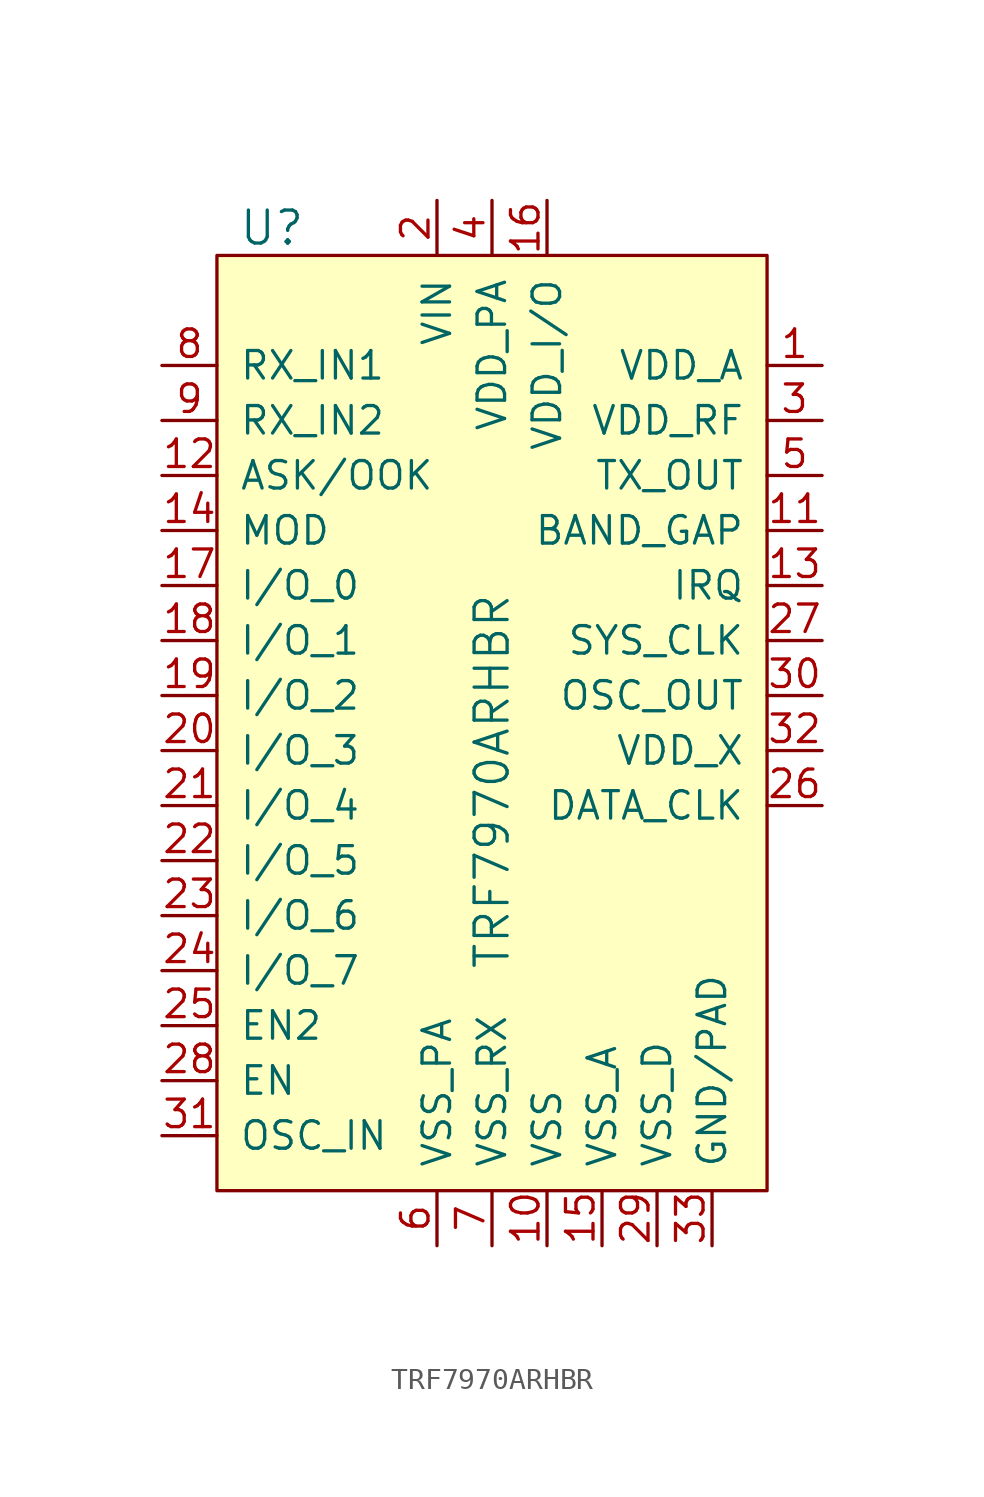
<source format=kicad_sym>
(kicad_symbol_lib
  (version 20231120)
  (generator "kicad_symbol_editor")
  (generator_version "8.0")
  (symbol "TRF7970ARHBR"
    (pin_names
      (offset 1.016))
    (property "Reference" "U"
      (at -10.16 19.05 0)
      (effects (font (size 1.524 1.524))))
    (property "Value" "TRF7970ARHBR"
      (at 0 -15.24 90)
      (effects (font (size 1.524 1.524)) (justify left)))
    (symbol "TRF7970ARHBR_0_1"
      (rectangle (start -12.7 17.78) (end 12.7 -25.4) (stroke (width 0) (type default)) (fill (type background))))
    (symbol "TRF7970ARHBR_1_1"
      (pin power_out line (at 15.24 12.7 180) (length 2.54) (name "VDD_A" (effects (font (size 1.27 1.27)))) (number "1" (effects (font (size 1.27 1.27)))))
      (pin power_in line (at 2.54 -27.94 90) (length 2.54) (name "VSS" (effects (font (size 1.27 1.27)))) (number "10" (effects (font (size 1.27 1.27)))))
      (pin output line (at 15.24 5.08 180) (length 2.54) (name "BAND_GAP" (effects (font (size 1.27 1.27)))) (number "11" (effects (font (size 1.27 1.27)))))
      (pin bidirectional line (at -15.24 7.62 0) (length 2.54) (name "ASK/OOK" (effects (font (size 1.27 1.27)))) (number "12" (effects (font (size 1.27 1.27)))))
      (pin output line (at 15.24 2.54 180) (length 2.54) (name "IRQ" (effects (font (size 1.27 1.27)))) (number "13" (effects (font (size 1.27 1.27)))))
      (pin bidirectional line (at -15.24 5.08 0) (length 2.54) (name "MOD" (effects (font (size 1.27 1.27)))) (number "14" (effects (font (size 1.27 1.27)))))
      (pin power_in line (at 5.08 -27.94 90) (length 2.54) (name "VSS_A" (effects (font (size 1.27 1.27)))) (number "15" (effects (font (size 1.27 1.27)))))
      (pin power_in line (at 2.54 20.32 270) (length 2.54) (name "VDD_I/O" (effects (font (size 1.27 1.27)))) (number "16" (effects (font (size 1.27 1.27)))))
      (pin bidirectional line (at -15.24 2.54 0) (length 2.54) (name "I/O_0" (effects (font (size 1.27 1.27)))) (number "17" (effects (font (size 1.27 1.27)))))
      (pin bidirectional line (at -15.24 0 0) (length 2.54) (name "I/O_1" (effects (font (size 1.27 1.27)))) (number "18" (effects (font (size 1.27 1.27)))))
      (pin bidirectional line (at -15.24 -2.54 0) (length 2.54) (name "I/O_2" (effects (font (size 1.27 1.27)))) (number "19" (effects (font (size 1.27 1.27)))))
      (pin power_in line (at -2.54 20.32 270) (length 2.54) (name "VIN" (effects (font (size 1.27 1.27)))) (number "2" (effects (font (size 1.27 1.27)))))
      (pin bidirectional line (at -15.24 -5.08 0) (length 2.54) (name "I/O_3" (effects (font (size 1.27 1.27)))) (number "20" (effects (font (size 1.27 1.27)))))
      (pin bidirectional line (at -15.24 -7.62 0) (length 2.54) (name "I/O_4" (effects (font (size 1.27 1.27)))) (number "21" (effects (font (size 1.27 1.27)))))
      (pin bidirectional line (at -15.24 -10.16 0) (length 2.54) (name "I/O_5" (effects (font (size 1.27 1.27)))) (number "22" (effects (font (size 1.27 1.27)))))
      (pin bidirectional line (at -15.24 -12.7 0) (length 2.54) (name "I/O_6" (effects (font (size 1.27 1.27)))) (number "23" (effects (font (size 1.27 1.27)))))
      (pin bidirectional line (at -15.24 -15.24 0) (length 2.54) (name "I/O_7" (effects (font (size 1.27 1.27)))) (number "24" (effects (font (size 1.27 1.27)))))
      (pin input line (at -15.24 -17.78 0) (length 2.54) (name "EN2" (effects (font (size 1.27 1.27)))) (number "25" (effects (font (size 1.27 1.27)))))
      (pin output line (at 15.24 -7.62 180) (length 2.54) (name "DATA_CLK" (effects (font (size 1.27 1.27)))) (number "26" (effects (font (size 1.27 1.27)))))
      (pin output line (at 15.24 0 180) (length 2.54) (name "SYS_CLK" (effects (font (size 1.27 1.27)))) (number "27" (effects (font (size 1.27 1.27)))))
      (pin input line (at -15.24 -20.32 0) (length 2.54) (name "EN" (effects (font (size 1.27 1.27)))) (number "28" (effects (font (size 1.27 1.27)))))
      (pin power_in line (at 7.62 -27.94 90) (length 2.54) (name "VSS_D" (effects (font (size 1.27 1.27)))) (number "29" (effects (font (size 1.27 1.27)))))
      (pin power_out line (at 15.24 10.16 180) (length 2.54) (name "VDD_RF" (effects (font (size 1.27 1.27)))) (number "3" (effects (font (size 1.27 1.27)))))
      (pin output line (at 15.24 -2.54 180) (length 2.54) (name "OSC_OUT" (effects (font (size 1.27 1.27)))) (number "30" (effects (font (size 1.27 1.27)))))
      (pin bidirectional line (at -15.24 -22.86 0) (length 2.54) (name "OSC_IN" (effects (font (size 1.27 1.27)))) (number "31" (effects (font (size 1.27 1.27)))))
      (pin power_out line (at 15.24 -5.08 180) (length 2.54) (name "VDD_X" (effects (font (size 1.27 1.27)))) (number "32" (effects (font (size 1.27 1.27)))))
      (pin power_in line (at 10.16 -27.94 90) (length 2.54) (name "GND/PAD" (effects (font (size 1.27 1.27)))) (number "33" (effects (font (size 1.27 1.27)))))
      (pin power_in line (at 0 20.32 270) (length 2.54) (name "VDD_PA" (effects (font (size 1.27 1.27)))) (number "4" (effects (font (size 1.27 1.27)))))
      (pin output line (at 15.24 7.62 180) (length 2.54) (name "TX_OUT" (effects (font (size 1.27 1.27)))) (number "5" (effects (font (size 1.27 1.27)))))
      (pin power_in line (at -2.54 -27.94 90) (length 2.54) (name "VSS_PA" (effects (font (size 1.27 1.27)))) (number "6" (effects (font (size 1.27 1.27)))))
      (pin power_in line (at 0 -27.94 90) (length 2.54) (name "VSS_RX" (effects (font (size 1.27 1.27)))) (number "7" (effects (font (size 1.27 1.27)))))
      (pin input line (at -15.24 12.7 0) (length 2.54) (name "RX_IN1" (effects (font (size 1.27 1.27)))) (number "8" (effects (font (size 1.27 1.27)))))
      (pin input line (at -15.24 10.16 0) (length 2.54) (name "RX_IN2" (effects (font (size 1.27 1.27)))) (number "9" (effects (font (size 1.27 1.27))))))))
</source>
